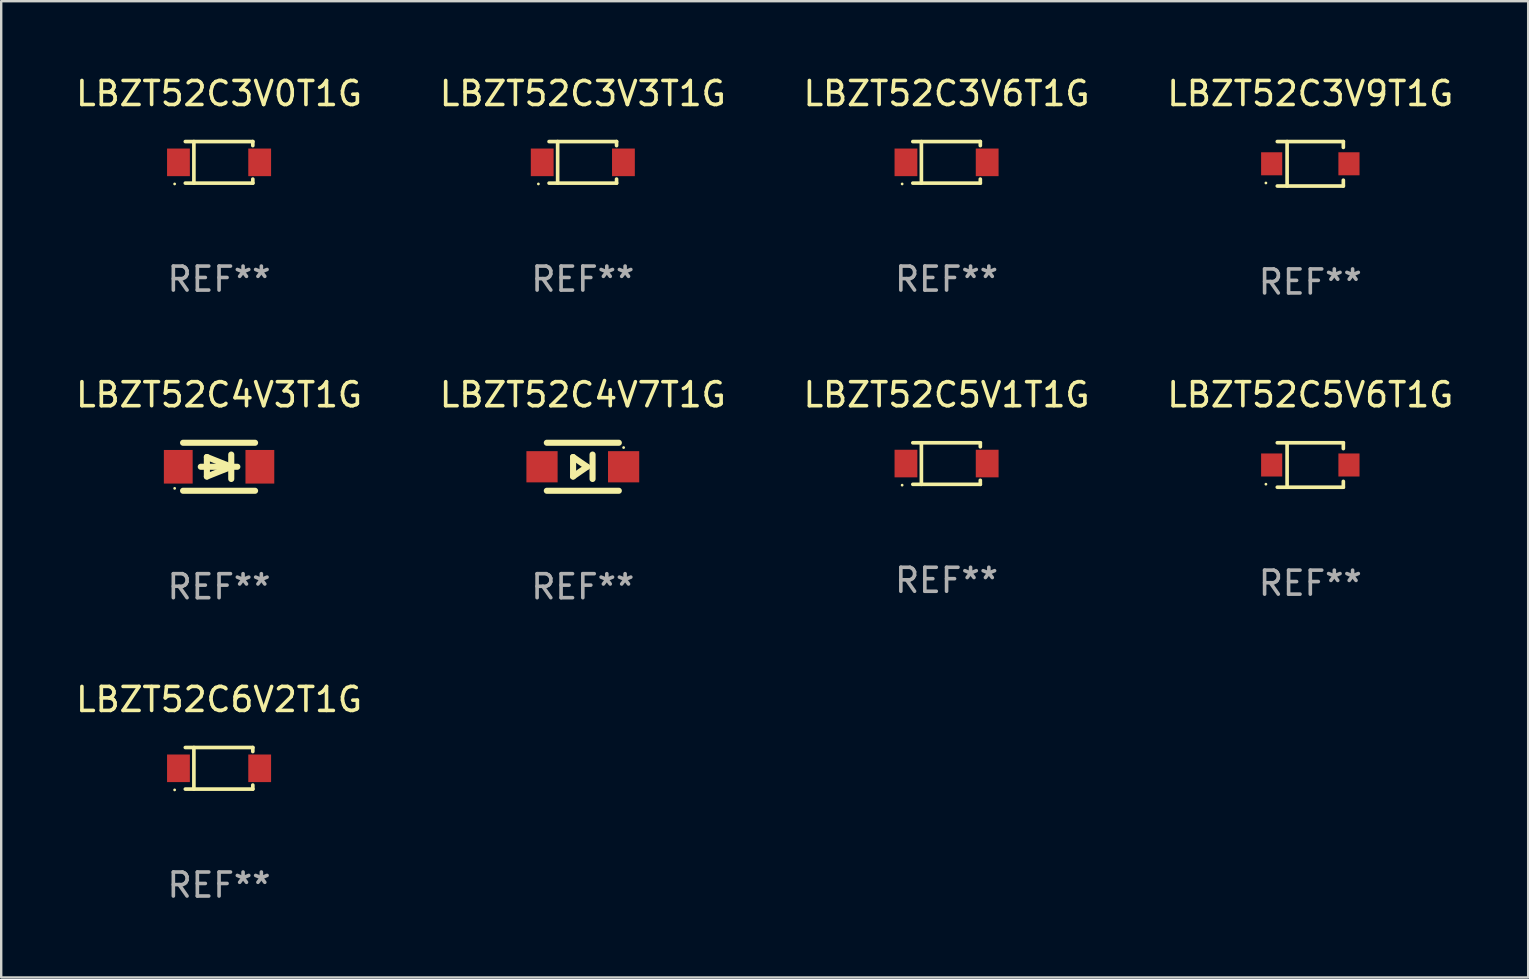
<source format=kicad_pcb>
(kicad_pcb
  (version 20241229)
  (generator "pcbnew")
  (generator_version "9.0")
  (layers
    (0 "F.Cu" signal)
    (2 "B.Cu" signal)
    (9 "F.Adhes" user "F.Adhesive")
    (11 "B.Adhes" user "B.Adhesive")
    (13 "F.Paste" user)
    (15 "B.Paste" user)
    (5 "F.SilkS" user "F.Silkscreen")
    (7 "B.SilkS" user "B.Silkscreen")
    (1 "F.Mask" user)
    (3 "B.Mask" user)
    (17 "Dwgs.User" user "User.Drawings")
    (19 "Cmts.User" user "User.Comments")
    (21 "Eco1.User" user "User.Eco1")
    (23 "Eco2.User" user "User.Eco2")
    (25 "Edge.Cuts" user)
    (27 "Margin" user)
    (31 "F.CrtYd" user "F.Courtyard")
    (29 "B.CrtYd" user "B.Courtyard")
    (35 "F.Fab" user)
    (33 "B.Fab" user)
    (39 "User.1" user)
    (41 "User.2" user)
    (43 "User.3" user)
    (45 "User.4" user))
  (footprint "LBZT52C6V2T1G"
    (layer "F.Cu")
    (at 6.077 28.96)
    (property "Reference" "LBZT52C6V2T1G" (at 0 -2.866 0) (layer "F.SilkS") (effects (font (size 1 1) (thickness 0.15))))
    (attr through_hole)
    (fp_line (start -1.406 -0.866) (end 1.406 -0.866) (stroke (width 0.152) (type solid)) (layer "F.SilkS"))
    (fp_line (start -1.406 0.866) (end 1.406 0.866) (stroke (width 0.152) (type solid)) (layer "F.SilkS"))
    (fp_line (start -1.049 -0.866) (end -1.049 0.866) (stroke (width 0.152) (type solid)) (layer "F.SilkS"))
    (fp_line (start 1.406 -0.866) (end 1.406 -0.698) (stroke (width 0.152) (type solid)) (layer "F.SilkS"))
    (fp_line (start 1.406 0.866) (end 1.406 0.698) (stroke (width 0.152) (type solid)) (layer "F.SilkS"))
    (fp_circle (center -1.851 0.9) (end -1.821 0.9) (stroke (width 0.06) (type solid)) (fill no) (layer "F.SilkS"))
    (fp_text user "REF**" (at 0 4.866 0) (layer "F.Fab") (effects (font (size 1 1) (thickness 0.15))))
    (pad "1" smd rect (at -1.692 0) (size 0.95 1.15) (layers "F.Cu" "F.Mask" "F.Paste"))
    (pad "2" smd rect (at 1.692 0) (size 0.95 1.15) (layers "F.Cu" "F.Mask" "F.Paste")))
  (footprint "LBZT52C3V9T1G"
    (layer "F.Cu")
    (at 51.542 3.774)
    (property "Reference" "LBZT52C3V9T1G" (at 0 -2.926 0) (layer "F.SilkS") (effects (font (size 1 1) (thickness 0.15))))
    (attr through_hole)
    (fp_line (start -1.376 -0.926) (end 1.376 -0.926) (stroke (width 0.152) (type solid)) (layer "F.SilkS"))
    (fp_line (start -1.376 0.926) (end 1.376 0.926) (stroke (width 0.152) (type solid)) (layer "F.SilkS"))
    (fp_line (start -0.967 -0.926) (end -0.967 0.926) (stroke (width 0.152) (type solid)) (layer "F.SilkS"))
    (fp_line (start 1.376 -0.926) (end 1.376 -0.683) (stroke (width 0.152) (type solid)) (layer "F.SilkS"))
    (fp_line (start 1.376 0.926) (end 1.376 0.683) (stroke (width 0.152) (type solid)) (layer "F.SilkS"))
    (fp_circle (center -1.85 0.8) (end -1.82 0.8) (stroke (width 0.06) (type solid)) (fill no) (layer "F.SilkS"))
    (fp_text user "REF**" (at 0 4.926 0) (layer "F.Fab") (effects (font (size 1 1) (thickness 0.15))))
    (pad "1" smd rect (at -1.61 0) (size 0.88 0.96) (layers "F.Cu" "F.Mask" "F.Paste"))
    (pad "2" smd rect (at 1.61 0) (size 0.88 0.96) (layers "F.Cu" "F.Mask" "F.Paste")))
  (footprint "LBZT52C3V0T1G"
    (layer "F.Cu")
    (at 6.077 3.714)
    (property "Reference" "LBZT52C3V0T1G" (at 0 -2.866 0) (layer "F.SilkS") (effects (font (size 1 1) (thickness 0.15))))
    (attr through_hole)
    (fp_line (start -1.406 -0.866) (end 1.406 -0.866) (stroke (width 0.152) (type solid)) (layer "F.SilkS"))
    (fp_line (start -1.406 0.866) (end 1.406 0.866) (stroke (width 0.152) (type solid)) (layer "F.SilkS"))
    (fp_line (start -1.049 -0.866) (end -1.049 0.866) (stroke (width 0.152) (type solid)) (layer "F.SilkS"))
    (fp_line (start 1.406 -0.866) (end 1.406 -0.698) (stroke (width 0.152) (type solid)) (layer "F.SilkS"))
    (fp_line (start 1.406 0.866) (end 1.406 0.698) (stroke (width 0.152) (type solid)) (layer "F.SilkS"))
    (fp_circle (center -1.851 0.9) (end -1.821 0.9) (stroke (width 0.06) (type solid)) (fill no) (layer "F.SilkS"))
    (fp_text user "REF**" (at 0 4.866 0) (layer "F.Fab") (effects (font (size 1 1) (thickness 0.15))))
    (pad "1" smd rect (at -1.692 0) (size 0.95 1.15) (layers "F.Cu" "F.Mask" "F.Paste"))
    (pad "2" smd rect (at 1.692 0) (size 0.95 1.15) (layers "F.Cu" "F.Mask" "F.Paste")))
  (footprint "LBZT52C5V6T1G"
    (layer "F.Cu")
    (at 51.542 16.323)
    (property "Reference" "LBZT52C5V6T1G" (at 0 -2.926 0) (layer "F.SilkS") (effects (font (size 1 1) (thickness 0.15))))
    (attr through_hole)
    (fp_line (start -1.376 -0.926) (end 1.376 -0.926) (stroke (width 0.152) (type solid)) (layer "F.SilkS"))
    (fp_line (start -1.376 0.926) (end 1.376 0.926) (stroke (width 0.152) (type solid)) (layer "F.SilkS"))
    (fp_line (start -0.967 -0.926) (end -0.967 0.926) (stroke (width 0.152) (type solid)) (layer "F.SilkS"))
    (fp_line (start 1.376 -0.926) (end 1.376 -0.683) (stroke (width 0.152) (type solid)) (layer "F.SilkS"))
    (fp_line (start 1.376 0.926) (end 1.376 0.683) (stroke (width 0.152) (type solid)) (layer "F.SilkS"))
    (fp_circle (center -1.85 0.8) (end -1.82 0.8) (stroke (width 0.06) (type solid)) (fill no) (layer "F.SilkS"))
    (fp_text user "REF**" (at 0 4.926 0) (layer "F.Fab") (effects (font (size 1 1) (thickness 0.15))))
    (pad "1" smd rect (at -1.61 0) (size 0.88 0.96) (layers "F.Cu" "F.Mask" "F.Paste"))
    (pad "2" smd rect (at 1.61 0) (size 0.88 0.96) (layers "F.Cu" "F.Mask" "F.Paste")))
  (footprint "LBZT52C4V7T1G"
    (layer "F.Cu")
    (at 21.232 16.397)
    (property "Reference" "LBZT52C4V7T1G" (at 0 -3 0) (layer "F.SilkS") (effects (font (size 1 1) (thickness 0.15))))
    (attr through_hole)
    (fp_line (start -1.5 -1) (end 1.5 -1) (stroke (width 0.254) (type solid)) (layer "F.SilkS"))
    (fp_line (start -0.406 -0.406) (end 0.178 0) (stroke (width 0.254) (type solid)) (layer "F.SilkS"))
    (fp_line (start -0.406 0.406) (end -0.406 -0.406) (stroke (width 0.254) (type solid)) (layer "F.SilkS"))
    (fp_line (start 0.178 0) (end -0.406 0.406) (stroke (width 0.254) (type solid)) (layer "F.SilkS"))
    (fp_line (start 0.406 0.508) (end 0.406 -0.508) (stroke (width 0.254) (type solid)) (layer "F.SilkS"))
    (fp_line (start 1.5 1) (end -1.5 1) (stroke (width 0.254) (type solid)) (layer "F.SilkS"))
    (fp_circle (center 1.7 -0.8) (end 1.73 -0.8) (stroke (width 0.06) (type solid)) (fill no) (layer "F.SilkS"))
    (fp_text user "REF**" (at 0 5 0) (layer "F.Fab") (effects (font (size 1 1) (thickness 0.15))))
    (pad "1" smd rect (at 1.7 0 180) (size 1.3 1.3) (layers "F.Cu" "F.Mask" "F.Paste"))
    (pad "2" smd rect (at -1.7 0 180) (size 1.3 1.3) (layers "F.Cu" "F.Mask" "F.Paste")))
  (footprint "LBZT52C5V1T1G"
    (layer "F.Cu")
    (at 36.387 16.263)
    (property "Reference" "LBZT52C5V1T1G" (at 0 -2.866 0) (layer "F.SilkS") (effects (font (size 1 1) (thickness 0.15))))
    (attr through_hole)
    (fp_line (start -1.406 -0.866) (end 1.406 -0.866) (stroke (width 0.152) (type solid)) (layer "F.SilkS"))
    (fp_line (start -1.406 0.866) (end 1.406 0.866) (stroke (width 0.152) (type solid)) (layer "F.SilkS"))
    (fp_line (start -1.049 -0.866) (end -1.049 0.866) (stroke (width 0.152) (type solid)) (layer "F.SilkS"))
    (fp_line (start 1.406 -0.866) (end 1.406 -0.698) (stroke (width 0.152) (type solid)) (layer "F.SilkS"))
    (fp_line (start 1.406 0.866) (end 1.406 0.698) (stroke (width 0.152) (type solid)) (layer "F.SilkS"))
    (fp_circle (center -1.851 0.9) (end -1.821 0.9) (stroke (width 0.06) (type solid)) (fill no) (layer "F.SilkS"))
    (fp_text user "REF**" (at 0 4.866 0) (layer "F.Fab") (effects (font (size 1 1) (thickness 0.15))))
    (pad "1" smd rect (at -1.692 0) (size 0.95 1.15) (layers "F.Cu" "F.Mask" "F.Paste"))
    (pad "2" smd rect (at 1.692 0) (size 0.95 1.15) (layers "F.Cu" "F.Mask" "F.Paste")))
  (footprint "LBZT52C4V3T1G"
    (layer "F.Cu")
    (at 6.077 16.397)
    (property "Reference" "LBZT52C4V3T1G" (at 0 -3 0) (layer "F.SilkS") (effects (font (size 1 1) (thickness 0.15))))
    (attr through_hole)
    (fp_line (start -1.5 -1) (end 1.5 -1) (stroke (width 0.254) (type solid)) (layer "F.SilkS"))
    (fp_line (start -1.5 1) (end 1.5 1) (stroke (width 0.254) (type solid)) (layer "F.SilkS"))
    (fp_line (start -0.508 -0.406) (end 0.508 0) (stroke (width 0.254) (type solid)) (layer "F.SilkS"))
    (fp_line (start -0.508 0.406) (end -0.508 -0.406) (stroke (width 0.254) (type solid)) (layer "F.SilkS"))
    (fp_line (start 0.508 0) (end -0.508 0.406) (stroke (width 0.254) (type solid)) (layer "F.SilkS"))
    (fp_line (start 0.508 0.508) (end 0.508 -0.508) (stroke (width 0.254) (type solid)) (layer "F.SilkS"))
    (fp_line (start 0.762 0) (end -0.762 0) (stroke (width 0.254) (type solid)) (layer "F.SilkS"))
    (fp_circle (center -1.85 0.9) (end -1.82 0.9) (stroke (width 0.06) (type solid)) (fill no) (layer "F.SilkS"))
    (fp_text user "REF**" (at 0 5 0) (layer "F.Fab") (effects (font (size 1 1) (thickness 0.15))))
    (pad "1" smd rect (at -1.7 0) (size 1.2 1.4) (layers "F.Cu" "F.Mask" "F.Paste"))
    (pad "2" smd rect (at 1.7 0) (size 1.2 1.4) (layers "F.Cu" "F.Mask" "F.Paste")))
  (footprint "LBZT52C3V6T1G"
    (layer "F.Cu")
    (at 36.387 3.714)
    (property "Reference" "LBZT52C3V6T1G" (at 0 -2.866 0) (layer "F.SilkS") (effects (font (size 1 1) (thickness 0.15))))
    (attr through_hole)
    (fp_line (start -1.406 -0.866) (end 1.406 -0.866) (stroke (width 0.152) (type solid)) (layer "F.SilkS"))
    (fp_line (start -1.406 0.866) (end 1.406 0.866) (stroke (width 0.152) (type solid)) (layer "F.SilkS"))
    (fp_line (start -1.049 -0.866) (end -1.049 0.866) (stroke (width 0.152) (type solid)) (layer "F.SilkS"))
    (fp_line (start 1.406 -0.866) (end 1.406 -0.698) (stroke (width 0.152) (type solid)) (layer "F.SilkS"))
    (fp_line (start 1.406 0.866) (end 1.406 0.698) (stroke (width 0.152) (type solid)) (layer "F.SilkS"))
    (fp_circle (center -1.851 0.9) (end -1.821 0.9) (stroke (width 0.06) (type solid)) (fill no) (layer "F.SilkS"))
    (fp_text user "REF**" (at 0 4.866 0) (layer "F.Fab") (effects (font (size 1 1) (thickness 0.15))))
    (pad "1" smd rect (at -1.692 0) (size 0.95 1.15) (layers "F.Cu" "F.Mask" "F.Paste"))
    (pad "2" smd rect (at 1.692 0) (size 0.95 1.15) (layers "F.Cu" "F.Mask" "F.Paste")))
  (footprint "LBZT52C3V3T1G"
    (layer "F.Cu")
    (at 21.232 3.714)
    (property "Reference" "LBZT52C3V3T1G" (at 0 -2.866 0) (layer "F.SilkS") (effects (font (size 1 1) (thickness 0.15))))
    (attr through_hole)
    (fp_line (start -1.406 -0.866) (end 1.406 -0.866) (stroke (width 0.152) (type solid)) (layer "F.SilkS"))
    (fp_line (start -1.406 0.866) (end 1.406 0.866) (stroke (width 0.152) (type solid)) (layer "F.SilkS"))
    (fp_line (start -1.049 -0.866) (end -1.049 0.866) (stroke (width 0.152) (type solid)) (layer "F.SilkS"))
    (fp_line (start 1.406 -0.866) (end 1.406 -0.698) (stroke (width 0.152) (type solid)) (layer "F.SilkS"))
    (fp_line (start 1.406 0.866) (end 1.406 0.698) (stroke (width 0.152) (type solid)) (layer "F.SilkS"))
    (fp_circle (center -1.851 0.9) (end -1.821 0.9) (stroke (width 0.06) (type solid)) (fill no) (layer "F.SilkS"))
    (fp_text user "REF**" (at 0 4.866 0) (layer "F.Fab") (effects (font (size 1 1) (thickness 0.15))))
    (pad "1" smd rect (at -1.692 0) (size 0.95 1.15) (layers "F.Cu" "F.Mask" "F.Paste"))
    (pad "2" smd rect (at 1.692 0) (size 0.95 1.15) (layers "F.Cu" "F.Mask" "F.Paste")))
  (gr_rect
    (start -3 -3)
    (end 60.619 37.674)
    (stroke (width 0.1) (type default))
    (fill no)
    (layer "Edge.Cuts")))
</source>
